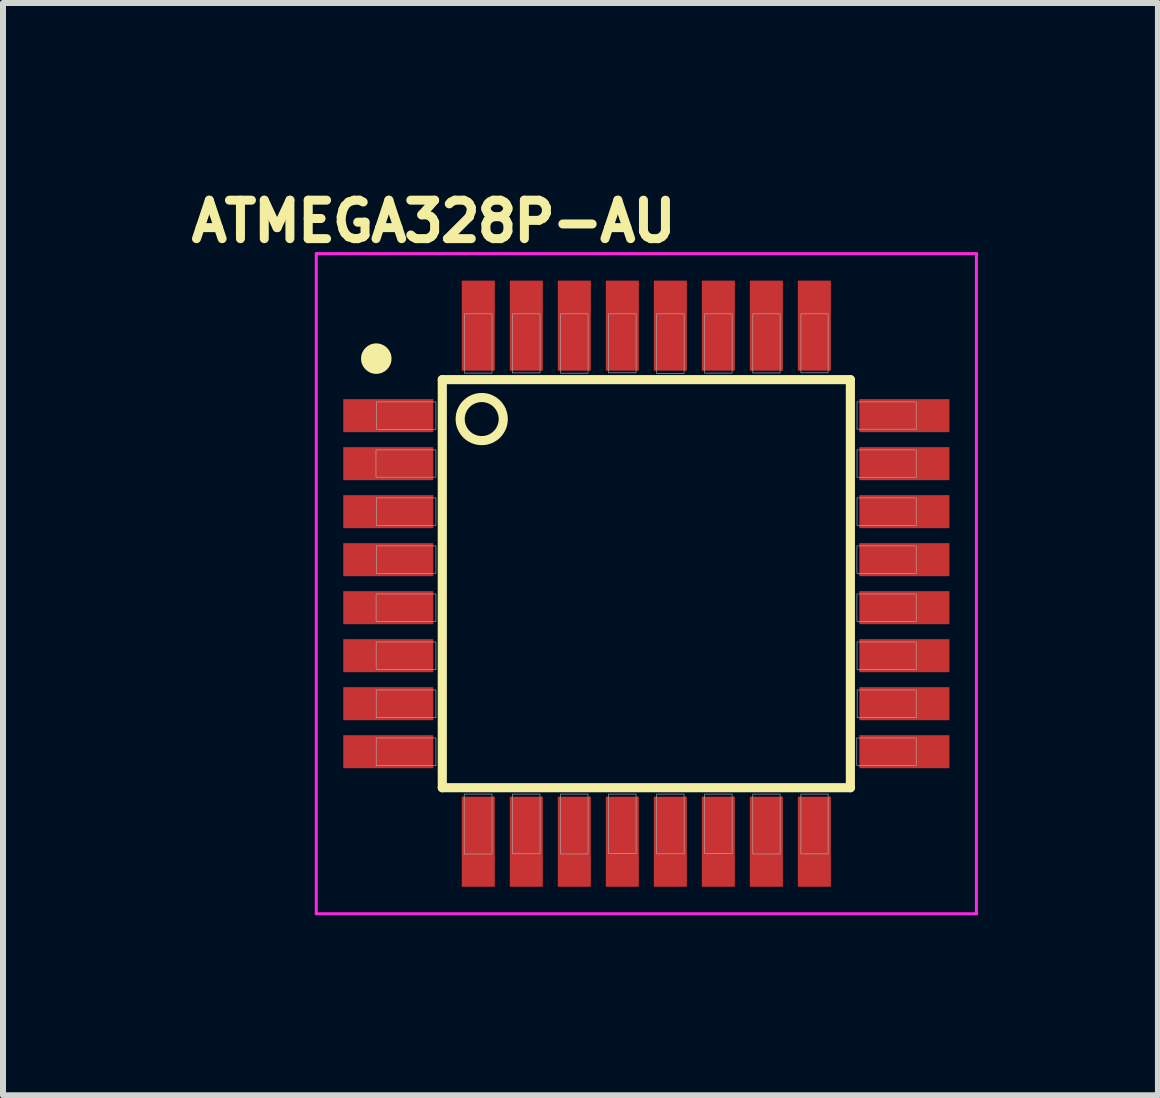
<source format=kicad_pcb>
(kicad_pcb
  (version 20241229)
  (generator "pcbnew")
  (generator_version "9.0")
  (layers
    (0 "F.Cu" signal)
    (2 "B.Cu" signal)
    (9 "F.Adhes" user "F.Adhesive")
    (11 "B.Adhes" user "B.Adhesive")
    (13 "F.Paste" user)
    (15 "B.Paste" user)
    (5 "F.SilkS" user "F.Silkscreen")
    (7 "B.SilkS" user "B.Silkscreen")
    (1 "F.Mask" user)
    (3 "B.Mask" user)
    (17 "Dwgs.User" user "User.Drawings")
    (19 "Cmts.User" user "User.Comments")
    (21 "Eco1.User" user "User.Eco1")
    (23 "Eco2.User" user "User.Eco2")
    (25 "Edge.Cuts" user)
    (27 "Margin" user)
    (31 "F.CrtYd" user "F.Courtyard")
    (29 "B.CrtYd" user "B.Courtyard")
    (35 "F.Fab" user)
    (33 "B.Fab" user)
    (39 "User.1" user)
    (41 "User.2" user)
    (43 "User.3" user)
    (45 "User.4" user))
  (footprint "ATMEGA328P-AU"
    (layer "F.Cu")
    (at 7.72 6.676)
    (property "Reference" "ATMEGA328P-AU" (at -3.543 -6.038 0) (layer "F.SilkS") (effects (font (size 0.641 0.641) (thickness 0.15))))
    (attr smd)
    (fp_line (start -3.4 -3.4) (end 3.4 -3.4) (stroke (width 0.152) (type solid)) (layer "F.SilkS"))
    (fp_line (start -3.4 3.4) (end -3.4 -3.4) (stroke (width 0.152) (type solid)) (layer "F.SilkS"))
    (fp_line (start 3.4 -3.4) (end 3.4 3.4) (stroke (width 0.152) (type solid)) (layer "F.SilkS"))
    (fp_line (start 3.4 3.4) (end -3.4 3.4) (stroke (width 0.152) (type solid)) (layer "F.SilkS"))
    (fp_circle (center -4.5 -3.75) (end -4.246 -3.75) (stroke (width 0) (type solid)) (fill yes) (layer "F.SilkS"))
    (fp_circle (center -2.743 -2.743) (end -2.384 -2.743) (stroke (width 0.152) (type solid)) (fill no) (layer "F.SilkS"))
    (fp_line (start -5.5 -5.5) (end -5.5 5.5) (stroke (width 0.05) (type solid)) (layer "F.CrtYd"))
    (fp_line (start -5.5 5.5) (end 5.5 5.5) (stroke (width 0.05) (type solid)) (layer "F.CrtYd"))
    (fp_line (start 5.5 -5.5) (end -5.5 -5.5) (stroke (width 0.05) (type solid)) (layer "F.CrtYd"))
    (fp_line (start 5.5 5.5) (end 5.5 -5.5) (stroke (width 0.05) (type solid)) (layer "F.CrtYd"))
    (fp_poly (pts (xy -4.505 -2.229) (xy -3.506 -2.229) (xy -3.506 -1.775) (xy -4.505 -1.775)) (stroke (width 0.01) (type solid)) (fill no) (layer "F.Fab"))
    (fp_poly (pts (xy -4.503 0.171) (xy -3.506 0.171) (xy -3.506 0.629) (xy -4.503 0.629)) (stroke (width 0.01) (type solid)) (fill no) (layer "F.Fab"))
    (fp_poly (pts (xy -4.502 0.971) (xy -3.506 0.971) (xy -3.506 1.43) (xy -4.502 1.43)) (stroke (width 0.01) (type solid)) (fill no) (layer "F.Fab"))
    (fp_poly (pts (xy -4.501 1.771) (xy -3.506 1.771) (xy -3.506 2.231) (xy -4.501 2.231)) (stroke (width 0.01) (type solid)) (fill no) (layer "F.Fab"))
    (fp_poly (pts (xy -4.501 2.571) (xy -3.506 2.571) (xy -3.506 3.032) (xy -4.501 3.032)) (stroke (width 0.01) (type solid)) (fill no) (layer "F.Fab"))
    (fp_poly (pts (xy -4.5 -0.629) (xy -3.506 -0.629) (xy -3.506 -0.172) (xy -4.5 -0.172)) (stroke (width 0.01) (type solid)) (fill no) (layer "F.Fab"))
    (fp_poly (pts (xy -4.5 -1.429) (xy -3.506 -1.429) (xy -3.506 -0.972) (xy -4.5 -0.972)) (stroke (width 0.01) (type solid)) (fill no) (layer "F.Fab"))
    (fp_poly (pts (xy -4.497 -3.029) (xy -3.506 -3.029) (xy -3.506 -2.572) (xy -4.497 -2.572)) (stroke (width 0.01) (type solid)) (fill no) (layer "F.Fab"))
    (fp_poly (pts (xy -3.035 3.506) (xy -2.571 3.506) (xy -2.571 4.505) (xy -3.035 4.505)) (stroke (width 0.01) (type solid)) (fill no) (layer "F.Fab"))
    (fp_poly (pts (xy -3.032 -4.497) (xy -2.571 -4.497) (xy -2.571 -3.509) (xy -3.032 -3.509)) (stroke (width 0.01) (type solid)) (fill no) (layer "F.Fab"))
    (fp_poly (pts (xy -2.233 -4.497) (xy -1.771 -4.497) (xy -1.771 -3.512) (xy -2.233 -3.512)) (stroke (width 0.01) (type solid)) (fill no) (layer "F.Fab"))
    (fp_poly (pts (xy -2.23 3.506) (xy -1.771 3.506) (xy -1.771 4.5) (xy -2.23 4.5)) (stroke (width 0.01) (type solid)) (fill no) (layer "F.Fab"))
    (fp_poly (pts (xy -1.431 3.506) (xy -0.971 3.506) (xy -0.971 4.504) (xy -1.431 4.504)) (stroke (width 0.01) (type solid)) (fill no) (layer "F.Fab"))
    (fp_poly (pts (xy -1.43 -4.497) (xy -0.971 -4.497) (xy -0.971 -3.508) (xy -1.43 -3.508)) (stroke (width 0.01) (type solid)) (fill no) (layer "F.Fab"))
    (fp_poly (pts (xy -0.63 -4.497) (xy -0.171 -4.497) (xy -0.171 -3.513) (xy -0.63 -3.513)) (stroke (width 0.01) (type solid)) (fill no) (layer "F.Fab"))
    (fp_poly (pts (xy -0.629 3.506) (xy -0.171 3.506) (xy -0.171 4.498) (xy -0.629 4.498)) (stroke (width 0.01) (type solid)) (fill no) (layer "F.Fab"))
    (fp_poly (pts (xy 0.171 -4.497) (xy 0.629 -4.497) (xy 0.629 -3.506) (xy 0.171 -3.506)) (stroke (width 0.01) (type solid)) (fill no) (layer "F.Fab"))
    (fp_poly (pts (xy 0.172 3.506) (xy 0.629 3.506) (xy 0.629 4.502) (xy 0.172 4.502)) (stroke (width 0.01) (type solid)) (fill no) (layer "F.Fab"))
    (fp_poly (pts (xy 0.972 3.506) (xy 1.429 3.506) (xy 1.429 4.498) (xy 0.972 4.498)) (stroke (width 0.01) (type solid)) (fill no) (layer "F.Fab"))
    (fp_poly (pts (xy 0.972 -4.497) (xy 1.429 -4.497) (xy 1.429 -3.509) (xy 0.972 -3.509)) (stroke (width 0.01) (type solid)) (fill no) (layer "F.Fab"))
    (fp_poly (pts (xy 1.774 -4.497) (xy 2.229 -4.497) (xy 2.229 -3.511) (xy 1.774 -3.511)) (stroke (width 0.01) (type solid)) (fill no) (layer "F.Fab"))
    (fp_poly (pts (xy 1.774 3.506) (xy 2.229 3.506) (xy 2.229 4.504) (xy 1.774 4.504)) (stroke (width 0.01) (type solid)) (fill no) (layer "F.Fab"))
    (fp_poly (pts (xy 2.575 3.506) (xy 3.029 3.506) (xy 3.029 4.503) (xy 2.575 4.503)) (stroke (width 0.01) (type solid)) (fill no) (layer "F.Fab"))
    (fp_poly (pts (xy 2.576 -4.497) (xy 3.029 -4.497) (xy 3.029 -3.513) (xy 2.576 -3.513)) (stroke (width 0.01) (type solid)) (fill no) (layer "F.Fab"))
    (fp_poly (pts (xy 3.507 2.571) (xy 4.497 2.571) (xy 4.497 3.029) (xy 3.507 3.029)) (stroke (width 0.01) (type solid)) (fill no) (layer "F.Fab"))
    (fp_poly (pts (xy 3.509 -0.629) (xy 4.497 -0.629) (xy 4.497 -0.172) (xy 3.509 -0.172)) (stroke (width 0.01) (type solid)) (fill no) (layer "F.Fab"))
    (fp_poly (pts (xy 3.509 0.171) (xy 4.497 0.171) (xy 4.497 0.629) (xy 3.509 0.629)) (stroke (width 0.01) (type solid)) (fill no) (layer "F.Fab"))
    (fp_poly (pts (xy 3.511 -2.229) (xy 4.497 -2.229) (xy 4.497 -1.774) (xy 3.511 -1.774)) (stroke (width 0.01) (type solid)) (fill no) (layer "F.Fab"))
    (fp_poly (pts (xy 3.511 -1.429) (xy 4.497 -1.429) (xy 4.497 -0.973) (xy 3.511 -0.973)) (stroke (width 0.01) (type solid)) (fill no) (layer "F.Fab"))
    (fp_poly (pts (xy 3.511 0.971) (xy 4.497 0.971) (xy 4.497 1.431) (xy 3.511 1.431)) (stroke (width 0.01) (type solid)) (fill no) (layer "F.Fab"))
    (fp_poly (pts (xy 3.511 -3.029) (xy 4.497 -3.029) (xy 4.497 -2.575) (xy 3.511 -2.575)) (stroke (width 0.01) (type solid)) (fill no) (layer "F.Fab"))
    (fp_poly (pts (xy 3.513 1.771) (xy 4.497 1.771) (xy 4.497 2.233) (xy 3.513 2.233)) (stroke (width 0.01) (type solid)) (fill no) (layer "F.Fab"))
    (pad "1" smd rect (at -4.3 -2.8) (size 1.5 0.55) (layers "F.Cu" "F.Mask" "F.Paste"))
    (pad "2" smd rect (at -4.3 -2) (size 1.5 0.55) (layers "F.Cu" "F.Mask" "F.Paste"))
    (pad "3" smd rect (at -4.3 -1.2) (size 1.5 0.55) (layers "F.Cu" "F.Mask" "F.Paste"))
    (pad "4" smd rect (at -4.3 -0.4) (size 1.5 0.55) (layers "F.Cu" "F.Mask" "F.Paste"))
    (pad "5" smd rect (at -4.3 0.4) (size 1.5 0.55) (layers "F.Cu" "F.Mask" "F.Paste"))
    (pad "6" smd rect (at -4.3 1.2) (size 1.5 0.55) (layers "F.Cu" "F.Mask" "F.Paste"))
    (pad "7" smd rect (at -4.3 2) (size 1.5 0.55) (layers "F.Cu" "F.Mask" "F.Paste"))
    (pad "8" smd rect (at -4.3 2.8) (size 1.5 0.55) (layers "F.Cu" "F.Mask" "F.Paste"))
    (pad "9" smd rect (at -2.8 4.3) (size 0.55 1.5) (layers "F.Cu" "F.Mask" "F.Paste"))
    (pad "10" smd rect (at -2 4.3) (size 0.55 1.5) (layers "F.Cu" "F.Mask" "F.Paste"))
    (pad "11" smd rect (at -1.2 4.3) (size 0.55 1.5) (layers "F.Cu" "F.Mask" "F.Paste"))
    (pad "12" smd rect (at -0.4 4.3) (size 0.55 1.5) (layers "F.Cu" "F.Mask" "F.Paste"))
    (pad "13" smd rect (at 0.4 4.3) (size 0.55 1.5) (layers "F.Cu" "F.Mask" "F.Paste"))
    (pad "14" smd rect (at 1.2 4.3) (size 0.55 1.5) (layers "F.Cu" "F.Mask" "F.Paste"))
    (pad "15" smd rect (at 2 4.3) (size 0.55 1.5) (layers "F.Cu" "F.Mask" "F.Paste"))
    (pad "16" smd rect (at 2.8 4.3) (size 0.55 1.5) (layers "F.Cu" "F.Mask" "F.Paste"))
    (pad "17" smd rect (at 4.3 2.8) (size 1.5 0.55) (layers "F.Cu" "F.Mask" "F.Paste"))
    (pad "18" smd rect (at 4.3 2) (size 1.5 0.55) (layers "F.Cu" "F.Mask" "F.Paste"))
    (pad "19" smd rect (at 4.3 1.2) (size 1.5 0.55) (layers "F.Cu" "F.Mask" "F.Paste"))
    (pad "20" smd rect (at 4.3 0.4) (size 1.5 0.55) (layers "F.Cu" "F.Mask" "F.Paste"))
    (pad "21" smd rect (at 4.3 -0.4) (size 1.5 0.55) (layers "F.Cu" "F.Mask" "F.Paste"))
    (pad "22" smd rect (at 4.3 -1.2) (size 1.5 0.55) (layers "F.Cu" "F.Mask" "F.Paste"))
    (pad "23" smd rect (at 4.3 -2) (size 1.5 0.55) (layers "F.Cu" "F.Mask" "F.Paste"))
    (pad "24" smd rect (at 4.3 -2.8) (size 1.5 0.55) (layers "F.Cu" "F.Mask" "F.Paste"))
    (pad "25" smd rect (at 2.8 -4.3) (size 0.55 1.5) (layers "F.Cu" "F.Mask" "F.Paste"))
    (pad "26" smd rect (at 2 -4.3) (size 0.55 1.5) (layers "F.Cu" "F.Mask" "F.Paste"))
    (pad "27" smd rect (at 1.2 -4.3) (size 0.55 1.5) (layers "F.Cu" "F.Mask" "F.Paste"))
    (pad "28" smd rect (at 0.4 -4.3) (size 0.55 1.5) (layers "F.Cu" "F.Mask" "F.Paste"))
    (pad "29" smd rect (at -0.4 -4.3) (size 0.55 1.5) (layers "F.Cu" "F.Mask" "F.Paste"))
    (pad "30" smd rect (at -1.2 -4.3) (size 0.55 1.5) (layers "F.Cu" "F.Mask" "F.Paste"))
    (pad "31" smd rect (at -2 -4.3) (size 0.55 1.5) (layers "F.Cu" "F.Mask" "F.Paste"))
    (pad "32" smd rect (at -2.8 -4.3) (size 0.55 1.5) (layers "F.Cu" "F.Mask" "F.Paste")))
  (gr_rect
    (start -3 -3)
    (end 16.245 15.201)
    (stroke (width 0.1) (type default))
    (fill no)
    (layer "Edge.Cuts")))
</source>
